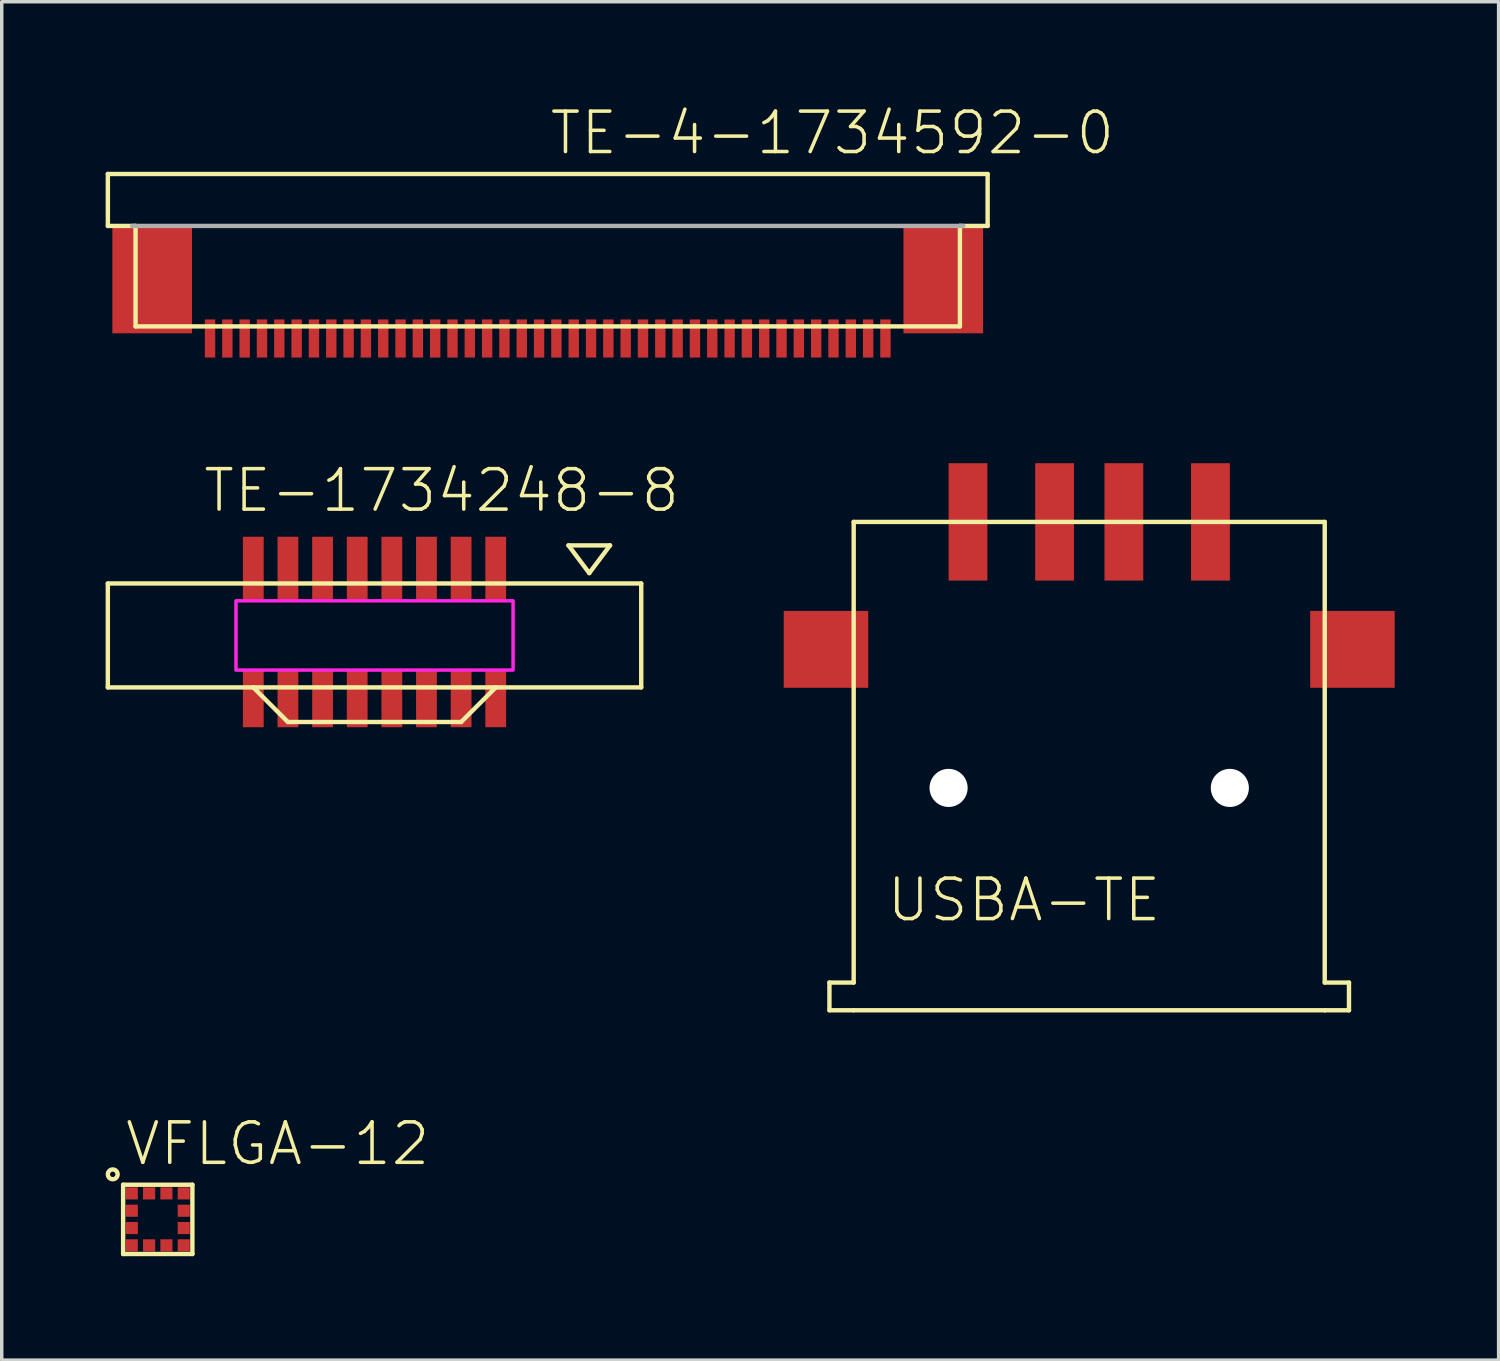
<source format=kicad_pcb>
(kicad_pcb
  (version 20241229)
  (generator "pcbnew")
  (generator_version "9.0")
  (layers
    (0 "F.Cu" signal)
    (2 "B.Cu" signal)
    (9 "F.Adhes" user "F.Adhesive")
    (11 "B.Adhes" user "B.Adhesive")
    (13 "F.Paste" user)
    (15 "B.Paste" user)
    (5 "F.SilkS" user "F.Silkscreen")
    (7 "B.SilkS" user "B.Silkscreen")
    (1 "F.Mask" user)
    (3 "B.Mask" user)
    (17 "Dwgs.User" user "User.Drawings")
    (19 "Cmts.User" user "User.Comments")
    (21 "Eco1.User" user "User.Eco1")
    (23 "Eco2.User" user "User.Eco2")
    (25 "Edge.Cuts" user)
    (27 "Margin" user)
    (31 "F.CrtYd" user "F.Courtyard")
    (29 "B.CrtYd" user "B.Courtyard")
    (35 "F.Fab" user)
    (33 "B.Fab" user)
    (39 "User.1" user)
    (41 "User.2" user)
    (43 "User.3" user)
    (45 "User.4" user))
  (footprint "TE-4-1734592-0"
    (layer "F.Cu")
    (at 12.764 1.973)
    (property "Reference" "TE-4-1734592-0" (at 0 -0.5 0) (unlocked yes) (layer "F.SilkS") (effects (font (size 1.168 1.168) (thickness 0.102)) (justify left bottom)))
    (fp_poly (pts (xy -9.95 5.35) (xy -9.55 5.35) (xy -9.55 4.15) (xy -9.95 4.15)) (stroke (width 0) (type default)) (fill yes) (layer "F.Mask"))
    (fp_poly (pts (xy -9.45 5.35) (xy -9.05 5.35) (xy -9.05 4.15) (xy -9.45 4.15)) (stroke (width 0) (type default)) (fill yes) (layer "F.Mask"))
    (fp_poly (pts (xy -8.95 5.35) (xy -8.55 5.35) (xy -8.55 4.15) (xy -8.95 4.15)) (stroke (width 0) (type default)) (fill yes) (layer "F.Mask"))
    (fp_poly (pts (xy -8.45 5.35) (xy -8.05 5.35) (xy -8.05 4.15) (xy -8.45 4.15)) (stroke (width 0) (type default)) (fill yes) (layer "F.Mask"))
    (fp_poly (pts (xy -7.95 5.35) (xy -7.55 5.35) (xy -7.55 4.15) (xy -7.95 4.15)) (stroke (width 0) (type default)) (fill yes) (layer "F.Mask"))
    (fp_poly (pts (xy -7.45 5.35) (xy -7.05 5.35) (xy -7.05 4.15) (xy -7.45 4.15)) (stroke (width 0) (type default)) (fill yes) (layer "F.Mask"))
    (fp_poly (pts (xy -6.95 5.35) (xy -6.55 5.35) (xy -6.55 4.15) (xy -6.95 4.15)) (stroke (width 0) (type default)) (fill yes) (layer "F.Mask"))
    (fp_poly (pts (xy -6.45 5.35) (xy -6.05 5.35) (xy -6.05 4.15) (xy -6.45 4.15)) (stroke (width 0) (type default)) (fill yes) (layer "F.Mask"))
    (fp_poly (pts (xy -5.95 5.35) (xy -5.55 5.35) (xy -5.55 4.15) (xy -5.95 4.15)) (stroke (width 0) (type default)) (fill yes) (layer "F.Mask"))
    (fp_poly (pts (xy -5.45 5.35) (xy -5.05 5.35) (xy -5.05 4.15) (xy -5.45 4.15)) (stroke (width 0) (type default)) (fill yes) (layer "F.Mask"))
    (fp_poly (pts (xy -4.95 5.35) (xy -4.55 5.35) (xy -4.55 4.15) (xy -4.95 4.15)) (stroke (width 0) (type default)) (fill yes) (layer "F.Mask"))
    (fp_poly (pts (xy -4.45 5.35) (xy -4.05 5.35) (xy -4.05 4.15) (xy -4.45 4.15)) (stroke (width 0) (type default)) (fill yes) (layer "F.Mask"))
    (fp_poly (pts (xy -3.95 5.35) (xy -3.55 5.35) (xy -3.55 4.15) (xy -3.95 4.15)) (stroke (width 0) (type default)) (fill yes) (layer "F.Mask"))
    (fp_poly (pts (xy -3.45 5.35) (xy -3.05 5.35) (xy -3.05 4.15) (xy -3.45 4.15)) (stroke (width 0) (type default)) (fill yes) (layer "F.Mask"))
    (fp_poly (pts (xy -2.95 5.35) (xy -2.55 5.35) (xy -2.55 4.15) (xy -2.95 4.15)) (stroke (width 0) (type default)) (fill yes) (layer "F.Mask"))
    (fp_poly (pts (xy -2.45 5.35) (xy -2.05 5.35) (xy -2.05 4.15) (xy -2.45 4.15)) (stroke (width 0) (type default)) (fill yes) (layer "F.Mask"))
    (fp_poly (pts (xy -1.95 5.35) (xy -1.55 5.35) (xy -1.55 4.15) (xy -1.95 4.15)) (stroke (width 0) (type default)) (fill yes) (layer "F.Mask"))
    (fp_poly (pts (xy -1.45 5.35) (xy -1.05 5.35) (xy -1.05 4.15) (xy -1.45 4.15)) (stroke (width 0) (type default)) (fill yes) (layer "F.Mask"))
    (fp_poly (pts (xy -0.95 5.35) (xy -0.55 5.35) (xy -0.55 4.15) (xy -0.95 4.15)) (stroke (width 0) (type default)) (fill yes) (layer "F.Mask"))
    (fp_poly (pts (xy -0.45 5.35) (xy -0.05 5.35) (xy -0.05 4.15) (xy -0.45 4.15)) (stroke (width 0) (type default)) (fill yes) (layer "F.Mask"))
    (fp_poly (pts (xy 0.05 5.35) (xy 0.45 5.35) (xy 0.45 4.15) (xy 0.05 4.15)) (stroke (width 0) (type default)) (fill yes) (layer "F.Mask"))
    (fp_poly (pts (xy 0.55 5.35) (xy 0.95 5.35) (xy 0.95 4.15) (xy 0.55 4.15)) (stroke (width 0) (type default)) (fill yes) (layer "F.Mask"))
    (fp_poly (pts (xy 1.05 5.35) (xy 1.45 5.35) (xy 1.45 4.15) (xy 1.05 4.15)) (stroke (width 0) (type default)) (fill yes) (layer "F.Mask"))
    (fp_poly (pts (xy 1.55 5.35) (xy 1.95 5.35) (xy 1.95 4.15) (xy 1.55 4.15)) (stroke (width 0) (type default)) (fill yes) (layer "F.Mask"))
    (fp_poly (pts (xy 2.05 5.35) (xy 2.45 5.35) (xy 2.45 4.15) (xy 2.05 4.15)) (stroke (width 0) (type default)) (fill yes) (layer "F.Mask"))
    (fp_poly (pts (xy 2.55 5.35) (xy 2.95 5.35) (xy 2.95 4.15) (xy 2.55 4.15)) (stroke (width 0) (type default)) (fill yes) (layer "F.Mask"))
    (fp_poly (pts (xy 3.05 5.35) (xy 3.45 5.35) (xy 3.45 4.15) (xy 3.05 4.15)) (stroke (width 0) (type default)) (fill yes) (layer "F.Mask"))
    (fp_poly (pts (xy 3.55 5.35) (xy 3.95 5.35) (xy 3.95 4.15) (xy 3.55 4.15)) (stroke (width 0) (type default)) (fill yes) (layer "F.Mask"))
    (fp_poly (pts (xy 4.05 5.35) (xy 4.45 5.35) (xy 4.45 4.15) (xy 4.05 4.15)) (stroke (width 0) (type default)) (fill yes) (layer "F.Mask"))
    (fp_poly (pts (xy 4.55 5.35) (xy 4.95 5.35) (xy 4.95 4.15) (xy 4.55 4.15)) (stroke (width 0) (type default)) (fill yes) (layer "F.Mask"))
    (fp_poly (pts (xy 5.05 5.35) (xy 5.45 5.35) (xy 5.45 4.15) (xy 5.05 4.15)) (stroke (width 0) (type default)) (fill yes) (layer "F.Mask"))
    (fp_poly (pts (xy 5.55 5.35) (xy 5.95 5.35) (xy 5.95 4.15) (xy 5.55 4.15)) (stroke (width 0) (type default)) (fill yes) (layer "F.Mask"))
    (fp_poly (pts (xy 6.05 5.35) (xy 6.45 5.35) (xy 6.45 4.15) (xy 6.05 4.15)) (stroke (width 0) (type default)) (fill yes) (layer "F.Mask"))
    (fp_poly (pts (xy 6.55 5.35) (xy 6.95 5.35) (xy 6.95 4.15) (xy 6.55 4.15)) (stroke (width 0) (type default)) (fill yes) (layer "F.Mask"))
    (fp_poly (pts (xy 7.05 5.35) (xy 7.45 5.35) (xy 7.45 4.15) (xy 7.05 4.15)) (stroke (width 0) (type default)) (fill yes) (layer "F.Mask"))
    (fp_poly (pts (xy 7.55 5.35) (xy 7.95 5.35) (xy 7.95 4.15) (xy 7.55 4.15)) (stroke (width 0) (type default)) (fill yes) (layer "F.Mask"))
    (fp_poly (pts (xy 8.05 5.35) (xy 8.45 5.35) (xy 8.45 4.15) (xy 8.05 4.15)) (stroke (width 0) (type default)) (fill yes) (layer "F.Mask"))
    (fp_poly (pts (xy 8.55 5.35) (xy 8.95 5.35) (xy 8.95 4.15) (xy 8.55 4.15)) (stroke (width 0) (type default)) (fill yes) (layer "F.Mask"))
    (fp_poly (pts (xy 9.05 5.35) (xy 9.45 5.35) (xy 9.45 4.15) (xy 9.05 4.15)) (stroke (width 0) (type default)) (fill yes) (layer "F.Mask"))
    (fp_poly (pts (xy 9.55 5.35) (xy 9.95 5.35) (xy 9.95 4.15) (xy 9.55 4.15)) (stroke (width 0) (type default)) (fill yes) (layer "F.Mask"))
    (fp_line (start -12.7 0) (end -12.7 1.5) (stroke (width 0.127) (type solid)) (layer "F.SilkS"))
    (fp_line (start -12.7 0) (end 12.7 0) (stroke (width 0.127) (type solid)) (layer "F.SilkS"))
    (fp_line (start -12.7 1.5) (end -11.9 1.5) (stroke (width 0.127) (type solid)) (layer "F.SilkS"))
    (fp_line (start -11.9 1.5) (end -11.9 4.4) (stroke (width 0.127) (type solid)) (layer "F.SilkS"))
    (fp_line (start -11.9 4.4) (end 11.9 4.4) (stroke (width 0.127) (type solid)) (layer "F.SilkS"))
    (fp_line (start 11.9 4.4) (end 11.9 1.5) (stroke (width 0.127) (type solid)) (layer "F.SilkS"))
    (fp_line (start 12.7 0) (end 12.7 1.5) (stroke (width 0.127) (type solid)) (layer "F.SilkS"))
    (fp_line (start 12.7 1.5) (end 11.9 1.5) (stroke (width 0.127) (type solid)) (layer "F.SilkS"))
    (fp_line (start -12 1.5) (end 12 1.5) (stroke (width 0.127) (type solid)) (layer "F.Fab"))
    (pad "1" smd rect (at -9.75 4.75) (size 0.3 1.1) (layers "F.Cu" "F.Paste"))
    (pad "2" smd rect (at -9.25 4.75) (size 0.3 1.1) (layers "F.Cu" "F.Paste"))
    (pad "3" smd rect (at -8.75 4.75) (size 0.3 1.1) (layers "F.Cu" "F.Paste"))
    (pad "4" smd rect (at -8.25 4.75) (size 0.3 1.1) (layers "F.Cu" "F.Paste"))
    (pad "5" smd rect (at -7.75 4.75) (size 0.3 1.1) (layers "F.Cu" "F.Paste"))
    (pad "6" smd rect (at -7.25 4.75) (size 0.3 1.1) (layers "F.Cu" "F.Paste"))
    (pad "7" smd rect (at -6.75 4.75) (size 0.3 1.1) (layers "F.Cu" "F.Paste"))
    (pad "8" smd rect (at -6.25 4.75) (size 0.3 1.1) (layers "F.Cu" "F.Paste"))
    (pad "9" smd rect (at -5.75 4.75) (size 0.3 1.1) (layers "F.Cu" "F.Paste"))
    (pad "10" smd rect (at -5.25 4.75) (size 0.3 1.1) (layers "F.Cu" "F.Paste"))
    (pad "11" smd rect (at -4.75 4.75) (size 0.3 1.1) (layers "F.Cu" "F.Paste"))
    (pad "12" smd rect (at -4.25 4.75) (size 0.3 1.1) (layers "F.Cu" "F.Paste"))
    (pad "13" smd rect (at -3.75 4.75) (size 0.3 1.1) (layers "F.Cu" "F.Paste"))
    (pad "14" smd rect (at -3.25 4.75) (size 0.3 1.1) (layers "F.Cu" "F.Paste"))
    (pad "15" smd rect (at -2.75 4.75) (size 0.3 1.1) (layers "F.Cu" "F.Paste"))
    (pad "16" smd rect (at -2.25 4.75) (size 0.3 1.1) (layers "F.Cu" "F.Paste"))
    (pad "17" smd rect (at -1.75 4.75) (size 0.3 1.1) (layers "F.Cu" "F.Paste"))
    (pad "18" smd rect (at -1.25 4.75) (size 0.3 1.1) (layers "F.Cu" "F.Paste"))
    (pad "19" smd rect (at -0.75 4.75) (size 0.3 1.1) (layers "F.Cu" "F.Paste"))
    (pad "20" smd rect (at -0.25 4.75) (size 0.3 1.1) (layers "F.Cu" "F.Paste"))
    (pad "21" smd rect (at 0.25 4.75) (size 0.3 1.1) (layers "F.Cu" "F.Paste"))
    (pad "22" smd rect (at 0.75 4.75) (size 0.3 1.1) (layers "F.Cu" "F.Paste"))
    (pad "23" smd rect (at 1.25 4.75) (size 0.3 1.1) (layers "F.Cu" "F.Paste"))
    (pad "24" smd rect (at 1.75 4.75) (size 0.3 1.1) (layers "F.Cu" "F.Paste"))
    (pad "25" smd rect (at 2.25 4.75) (size 0.3 1.1) (layers "F.Cu" "F.Paste"))
    (pad "26" smd rect (at 2.75 4.75) (size 0.3 1.1) (layers "F.Cu" "F.Paste"))
    (pad "27" smd rect (at 3.25 4.75) (size 0.3 1.1) (layers "F.Cu" "F.Paste"))
    (pad "28" smd rect (at 3.75 4.75) (size 0.3 1.1) (layers "F.Cu" "F.Paste"))
    (pad "29" smd rect (at 4.25 4.75) (size 0.3 1.1) (layers "F.Cu" "F.Paste"))
    (pad "30" smd rect (at 4.75 4.75) (size 0.3 1.1) (layers "F.Cu" "F.Paste"))
    (pad "31" smd rect (at 5.25 4.75) (size 0.3 1.1) (layers "F.Cu" "F.Paste"))
    (pad "32" smd rect (at 5.75 4.75) (size 0.3 1.1) (layers "F.Cu" "F.Paste"))
    (pad "33" smd rect (at 6.25 4.75) (size 0.3 1.1) (layers "F.Cu" "F.Paste"))
    (pad "34" smd rect (at 6.75 4.75) (size 0.3 1.1) (layers "F.Cu" "F.Paste"))
    (pad "35" smd rect (at 7.25 4.75) (size 0.3 1.1) (layers "F.Cu" "F.Paste"))
    (pad "36" smd rect (at 7.75 4.75) (size 0.3 1.1) (layers "F.Cu" "F.Paste"))
    (pad "37" smd rect (at 8.25 4.75) (size 0.3 1.1) (layers "F.Cu" "F.Paste"))
    (pad "38" smd rect (at 8.75 4.75) (size 0.3 1.1) (layers "F.Cu" "F.Paste"))
    (pad "39" smd rect (at 9.25 4.75) (size 0.3 1.1) (layers "F.Cu" "F.Paste"))
    (pad "40" smd rect (at 9.75 4.75) (size 0.3 1.1) (layers "F.Cu" "F.Paste"))
    (pad "P1" smd rect (at -11.42 3.05) (size 2.3 3.1) (layers "F.Cu" "F.Mask" "F.Paste"))
    (pad "P2" smd rect (at 11.42 3.05) (size 2.3 3.1) (layers "F.Cu" "F.Mask" "F.Paste")))
  (footprint "USBA-TE"
    (layer "F.Cu")
    (at 28.397 12.018)
    (property "Reference" "USBA-TE" (at -5.9 11.6 0) (unlocked yes) (layer "F.SilkS") (effects (font (size 1.168 1.168) (thickness 0.102)) (justify left bottom)))
    (fp_line (start -7.5 13.3) (end -6.8 13.3) (stroke (width 0.127) (type solid)) (layer "F.SilkS"))
    (fp_line (start -7.5 14.1) (end -7.5 13.3) (stroke (width 0.127) (type solid)) (layer "F.SilkS"))
    (fp_line (start -6.8 0) (end 6.8 0) (stroke (width 0.127) (type solid)) (layer "F.SilkS"))
    (fp_line (start -6.8 13.3) (end -6.8 0) (stroke (width 0.127) (type solid)) (layer "F.SilkS"))
    (fp_line (start -6.8 14.1) (end -7.5 14.1) (stroke (width 0.127) (type solid)) (layer "F.SilkS"))
    (fp_line (start 6.8 0) (end 6.8 13.3) (stroke (width 0.127) (type solid)) (layer "F.SilkS"))
    (fp_line (start 6.8 14.1) (end -6.8 14.1) (stroke (width 0.127) (type solid)) (layer "F.SilkS"))
    (fp_line (start 6.8 14.1) (end 7.5 14.1) (stroke (width 0.127) (type solid)) (layer "F.SilkS"))
    (fp_line (start 7.5 13.3) (end 6.8 13.3) (stroke (width 0.127) (type solid)) (layer "F.SilkS"))
    (fp_line (start 7.5 14.1) (end 7.5 13.3) (stroke (width 0.127) (type solid)) (layer "F.SilkS"))
    (pad "" np_thru_hole circle (at -4.06 7.68) (size 1.1 1.1) (drill 1.1) (layers "*.Cu" "*.Mask"))
    (pad "" np_thru_hole circle (at 4.06 7.68) (size 1.1 1.1) (drill 1.1) (layers "*.Cu" "*.Mask"))
    (pad "1" smd rect (at -3.5 0 180) (size 1.12 3.39) (layers "F.Cu" "F.Mask" "F.Paste"))
    (pad "2" smd rect (at -1 0 180) (size 1.12 3.39) (layers "F.Cu" "F.Mask" "F.Paste"))
    (pad "3" smd rect (at 1 0 180) (size 1.12 3.39) (layers "F.Cu" "F.Mask" "F.Paste"))
    (pad "4" smd rect (at 3.5 0 180) (size 1.12 3.39) (layers "F.Cu" "F.Mask" "F.Paste"))
    (pad "MNT1" smd rect (at -7.6 3.68) (size 2.44 2.22) (layers "F.Cu" "F.Mask" "F.Paste"))
    (pad "MNT2" smd rect (at 7.6 3.68) (size 2.44 2.22) (layers "F.Cu" "F.Mask" "F.Paste")))
  (footprint "VFLGA-12"
    (layer "F.Cu")
    (at 1.505 32.155)
    (property "Reference" "VFLGA-12" (at -1 -1.5 0) (unlocked yes) (layer "F.SilkS") (effects (font (size 1.168 1.168) (thickness 0.102)) (justify left bottom)))
    (fp_line (start -1 -1) (end 1 -1) (stroke (width 0.127) (type solid)) (layer "F.SilkS"))
    (fp_line (start -1 1) (end -1 -1) (stroke (width 0.127) (type solid)) (layer "F.SilkS"))
    (fp_line (start 1 -1) (end 1 1) (stroke (width 0.127) (type solid)) (layer "F.SilkS"))
    (fp_line (start 1 1) (end -1 1) (stroke (width 0.127) (type solid)) (layer "F.SilkS"))
    (fp_circle (center -1.3 -1.3) (end -1.159 -1.3) (stroke (width 0.127) (type solid)) (fill no) (layer "F.SilkS"))
    (pad "1" smd rect (at -0.75 -0.75) (size 0.35 0.35) (layers "F.Cu" "F.Mask" "F.Paste"))
    (pad "2" smd rect (at -0.75 -0.25 180) (size 0.35 0.35) (layers "F.Cu" "F.Mask" "F.Paste"))
    (pad "3" smd rect (at -0.75 0.25 180) (size 0.35 0.35) (layers "F.Cu" "F.Mask" "F.Paste"))
    (pad "4" smd rect (at -0.75 0.75) (size 0.35 0.35) (layers "F.Cu" "F.Mask" "F.Paste"))
    (pad "5" smd rect (at -0.25 0.75 270) (size 0.35 0.35) (layers "F.Cu" "F.Mask" "F.Paste"))
    (pad "6" smd rect (at 0.25 0.75 270) (size 0.35 0.35) (layers "F.Cu" "F.Mask" "F.Paste"))
    (pad "7" smd rect (at 0.75 0.75) (size 0.35 0.35) (layers "F.Cu" "F.Mask" "F.Paste"))
    (pad "8" smd rect (at 0.75 0.25 180) (size 0.35 0.35) (layers "F.Cu" "F.Mask" "F.Paste"))
    (pad "9" smd rect (at 0.75 -0.25 180) (size 0.35 0.35) (layers "F.Cu" "F.Mask" "F.Paste"))
    (pad "10" smd rect (at 0.75 -0.75) (size 0.35 0.35) (layers "F.Cu" "F.Mask" "F.Paste"))
    (pad "11" smd rect (at 0.25 -0.75 270) (size 0.35 0.35) (layers "F.Cu" "F.Mask" "F.Paste"))
    (pad "12" smd rect (at -0.25 -0.75 270) (size 0.35 0.35) (layers "F.Cu" "F.Mask" "F.Paste")))
  (footprint "TE-1734248-8"
    (layer "F.Cu")
    (at 7.763 15.296)
    (property "Reference" "TE-1734248-8" (at -5 -3.5 0) (unlocked yes) (layer "F.SilkS") (effects (font (size 1.168 1.168) (thickness 0.102)) (justify left bottom)))
    (fp_line (start -7.7 -1.5) (end 7.7 -1.5) (stroke (width 0.127) (type solid)) (layer "F.SilkS"))
    (fp_line (start -7.7 1.5) (end -7.7 -1.5) (stroke (width 0.127) (type solid)) (layer "F.SilkS"))
    (fp_line (start -3.5 1.5) (end -7.7 1.5) (stroke (width 0.127) (type solid)) (layer "F.SilkS"))
    (fp_line (start -2.5 2.5) (end -3.5 1.5) (stroke (width 0.127) (type solid)) (layer "F.SilkS"))
    (fp_line (start -2.5 2.5) (end 2.5 2.5) (stroke (width 0.127) (type solid)) (layer "F.SilkS"))
    (fp_line (start 2.5 2.5) (end 3.5 1.5) (stroke (width 0.127) (type solid)) (layer "F.SilkS"))
    (fp_line (start 3.5 1.5) (end -3.5 1.5) (stroke (width 0.127) (type solid)) (layer "F.SilkS"))
    (fp_line (start 5.6 -2.6) (end 6.8 -2.6) (stroke (width 0.127) (type solid)) (layer "F.SilkS"))
    (fp_line (start 6.2 -1.8) (end 5.6 -2.6) (stroke (width 0.127) (type solid)) (layer "F.SilkS"))
    (fp_line (start 6.8 -2.6) (end 6.2 -1.8) (stroke (width 0.127) (type solid)) (layer "F.SilkS"))
    (fp_line (start 7.7 -1.5) (end 7.7 1.5) (stroke (width 0.127) (type solid)) (layer "F.SilkS"))
    (fp_line (start 7.7 1.5) (end 3.5 1.5) (stroke (width 0.127) (type solid)) (layer "F.SilkS"))
    (fp_poly (pts (xy -4 1) (xy 4 1) (xy 4 -1) (xy -4 -1)) (stroke (width 0.1) (type default)) (fill no) (layer "F.CrtYd"))
    (pad "A1" smd rect (at 3.5 -1.925) (size 0.6 1.85) (layers "F.Cu" "F.Mask" "F.Paste"))
    (pad "A2" smd rect (at 2.5 -1.925) (size 0.6 1.85) (layers "F.Cu" "F.Mask" "F.Paste"))
    (pad "A3" smd rect (at 1.5 -1.925) (size 0.6 1.85) (layers "F.Cu" "F.Mask" "F.Paste"))
    (pad "A4" smd rect (at 0.5 -1.925) (size 0.6 1.85) (layers "F.Cu" "F.Mask" "F.Paste"))
    (pad "A5" smd rect (at -0.5 -1.925) (size 0.6 1.85) (layers "F.Cu" "F.Mask" "F.Paste"))
    (pad "A6" smd rect (at -1.5 -1.925) (size 0.6 1.85) (layers "F.Cu" "F.Mask" "F.Paste"))
    (pad "A7" smd rect (at -2.5 -1.925) (size 0.6 1.85) (layers "F.Cu" "F.Mask" "F.Paste"))
    (pad "A8" smd rect (at -3.5 -1.925) (size 0.6 1.85) (layers "F.Cu" "F.Mask" "F.Paste"))
    (pad "B1" smd rect (at 3.5 1.825) (size 0.6 1.65) (layers "F.Cu" "F.Mask" "F.Paste"))
    (pad "B2" smd rect (at 2.5 1.825) (size 0.6 1.65) (layers "F.Cu" "F.Mask" "F.Paste"))
    (pad "B3" smd rect (at 1.5 1.825) (size 0.6 1.65) (layers "F.Cu" "F.Mask" "F.Paste"))
    (pad "B4" smd rect (at 0.5 1.825) (size 0.6 1.65) (layers "F.Cu" "F.Mask" "F.Paste"))
    (pad "B5" smd rect (at -0.5 1.825) (size 0.6 1.65) (layers "F.Cu" "F.Mask" "F.Paste"))
    (pad "B6" smd rect (at -1.5 1.825) (size 0.6 1.65) (layers "F.Cu" "F.Mask" "F.Paste"))
    (pad "B7" smd rect (at -2.5 1.825) (size 0.6 1.65) (layers "F.Cu" "F.Mask" "F.Paste"))
    (pad "B8" smd rect (at -3.5 1.825) (size 0.6 1.65) (layers "F.Cu" "F.Mask" "F.Paste")))
  (gr_rect
    (start -3 -3)
    (end 40.217 36.218)
    (stroke (width 0.1) (type default))
    (fill no)
    (layer "Edge.Cuts")))
</source>
